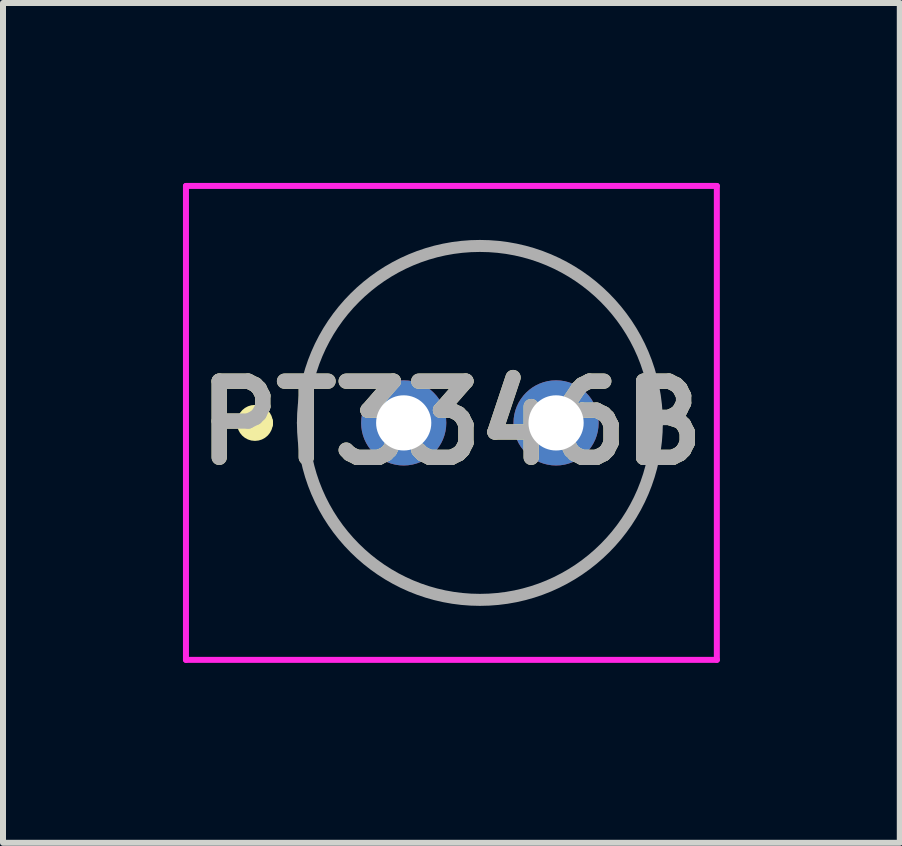
<source format=kicad_pcb>
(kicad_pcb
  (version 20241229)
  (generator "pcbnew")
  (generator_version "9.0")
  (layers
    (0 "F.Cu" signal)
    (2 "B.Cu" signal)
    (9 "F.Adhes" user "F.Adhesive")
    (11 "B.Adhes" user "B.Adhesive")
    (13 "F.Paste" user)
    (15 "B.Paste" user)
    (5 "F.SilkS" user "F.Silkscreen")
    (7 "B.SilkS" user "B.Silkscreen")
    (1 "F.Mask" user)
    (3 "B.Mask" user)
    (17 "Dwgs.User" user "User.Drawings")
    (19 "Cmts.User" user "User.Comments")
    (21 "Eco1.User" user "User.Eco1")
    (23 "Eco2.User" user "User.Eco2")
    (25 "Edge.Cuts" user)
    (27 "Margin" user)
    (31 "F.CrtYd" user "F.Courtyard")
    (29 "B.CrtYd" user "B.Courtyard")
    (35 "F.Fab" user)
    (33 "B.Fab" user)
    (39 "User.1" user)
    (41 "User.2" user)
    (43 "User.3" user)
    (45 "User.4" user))
  (footprint "PT3346B"
    (layer "F.Cu")
    (at 3.68 4)
    (property "Reference" "PT3346B" (at 0.795 0 0) (layer "F.SilkS") (effects (font (size 1.27 1.27) (thickness 0.254))))
    (attr through_hole)
    (fp_line (start -2.63 0) (end -2.63 0) (stroke (width 0.3) (type solid)) (layer "F.SilkS"))
    (fp_line (start -2.33 0) (end -2.33 0) (stroke (width 0.3) (type solid)) (layer "F.SilkS"))
    (fp_line (start -1.68 0) (end -1.68 0) (stroke (width 0.1) (type solid)) (layer "F.SilkS"))
    (fp_line (start 4.22 0) (end 4.22 0) (stroke (width 0.1) (type solid)) (layer "F.SilkS"))
    (fp_arc (start -2.63 0) (mid -2.48 -0.15) (end -2.33 0) (stroke (width 0.3) (type solid)) (layer "F.SilkS"))
    (fp_arc (start -2.33 0) (mid -2.48 0.15) (end -2.63 0) (stroke (width 0.3) (type solid)) (layer "F.SilkS"))
    (fp_arc (start -1.68 0) (mid 1.27 -2.95) (end 4.22 0) (stroke (width 0.1) (type solid)) (layer "F.SilkS"))
    (fp_arc (start 4.22 0) (mid 1.27 2.95) (end -1.68 0) (stroke (width 0.1) (type solid)) (layer "F.SilkS"))
    (fp_line (start -3.63 -3.95) (end 5.22 -3.95) (stroke (width 0.1) (type solid)) (layer "F.CrtYd"))
    (fp_line (start -3.63 3.95) (end -3.63 -3.95) (stroke (width 0.1) (type solid)) (layer "F.CrtYd"))
    (fp_line (start 5.22 -3.95) (end 5.22 3.95) (stroke (width 0.1) (type solid)) (layer "F.CrtYd"))
    (fp_line (start 5.22 3.95) (end -3.63 3.95) (stroke (width 0.1) (type solid)) (layer "F.CrtYd"))
    (fp_line (start -1.68 0) (end -1.68 0) (stroke (width 0.2) (type solid)) (layer "F.Fab"))
    (fp_line (start 4.22 0) (end 4.22 0) (stroke (width 0.2) (type solid)) (layer "F.Fab"))
    (fp_arc (start -1.68 0) (mid 1.27 -2.95) (end 4.22 0) (stroke (width 0.2) (type solid)) (layer "F.Fab"))
    (fp_arc (start 4.22 0) (mid 1.27 2.95) (end -1.68 0) (stroke (width 0.2) (type solid)) (layer "F.Fab"))
    (fp_text user "${REFERENCE}" (at 0.795 0 0) (layer "F.Fab") (effects (font (size 1.27 1.27) (thickness 0.254))))
    (pad "1" thru_hole circle (at 0 0) (size 1.42 1.42) (drill 0.92) (layers "*.Cu" "*.Mask"))
    (pad "2" thru_hole circle (at 2.54 0) (size 1.42 1.42) (drill 0.92) (layers "*.Cu" "*.Mask")))
  (gr_rect
    (start -3 -3)
    (end 11.95 11)
    (stroke (width 0.1) (type default))
    (fill no)
    (layer "Edge.Cuts")))
</source>
